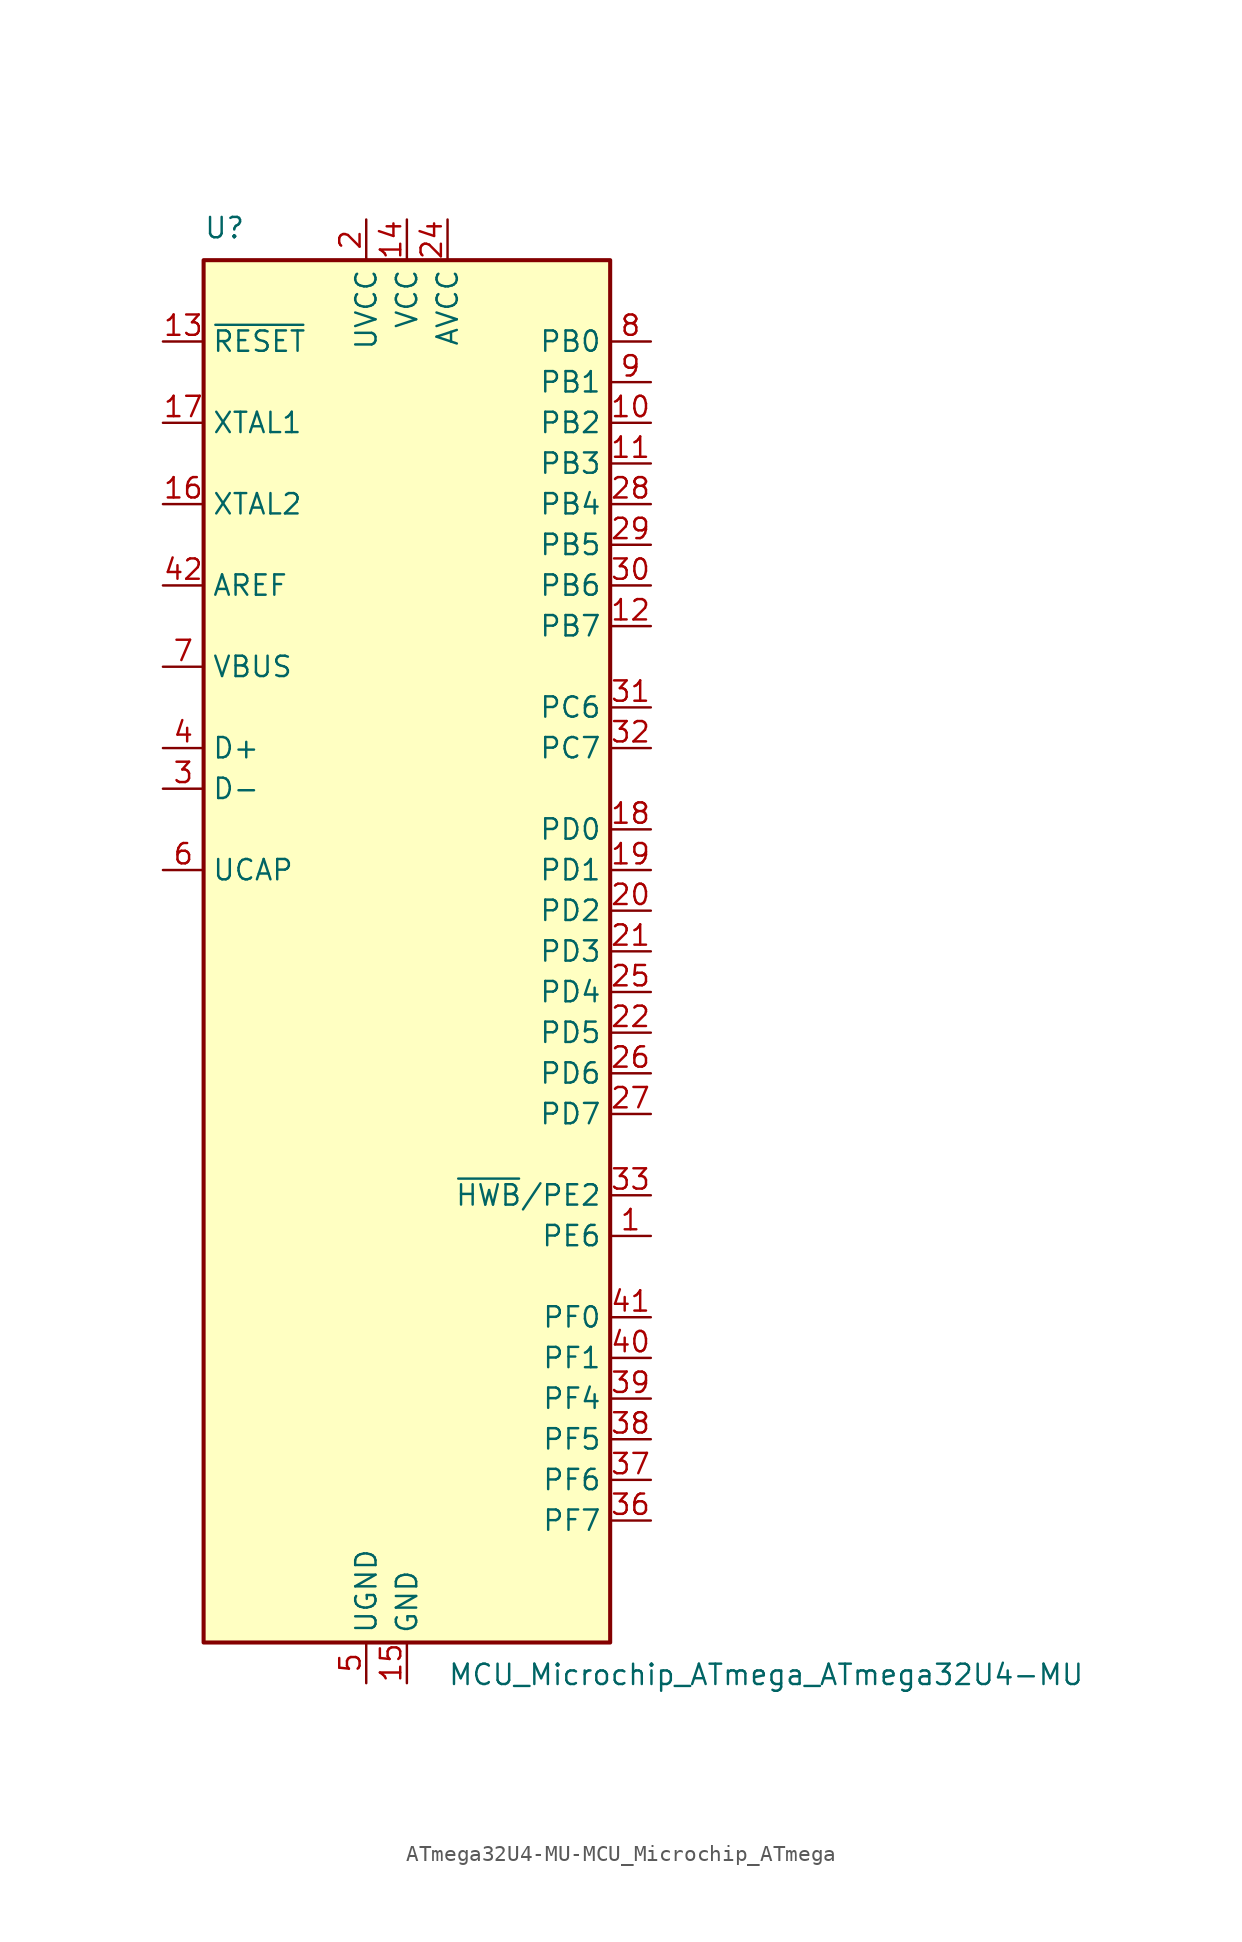
<source format=kicad_sym>
(kicad_symbol_lib
  (version 20220914)
  (generator kicad_symbol_editor)
  (symbol "ATmega32U4-MU-MCU_Microchip_ATmega"
    (property "Reference" "U"
      (at -12.7 44.45 0)
      (effects (font (size 1.27 1.27)) (justify left bottom)))
    (property "Value" "MCU_Microchip_ATmega_ATmega32U4-MU"
      (at 2.54 -44.45 0)
      (effects (font (size 1.27 1.27)) (justify left top)))
    (symbol "ATmega32U4-MU-MCU_Microchip_ATmega_0_1"
      (rectangle (start -12.7 -43.18) (end 12.7 43.18) (stroke (width 0.254) (type solid)) (fill (type background))))
    (symbol "ATmega32U4-MU-MCU_Microchip_ATmega_1_1"
      (pin bidirectional line (at 15.24 -17.78 180) (length 2.54) (name "PE6" (effects (font (size 1.27 1.27)))) (number "1" (effects (font (size 1.27 1.27)))))
      (pin bidirectional line (at 15.24 33.02 180) (length 2.54) (name "PB2" (effects (font (size 1.27 1.27)))) (number "10" (effects (font (size 1.27 1.27)))))
      (pin bidirectional line (at 15.24 30.48 180) (length 2.54) (name "PB3" (effects (font (size 1.27 1.27)))) (number "11" (effects (font (size 1.27 1.27)))))
      (pin bidirectional line (at 15.24 20.32 180) (length 2.54) (name "PB7" (effects (font (size 1.27 1.27)))) (number "12" (effects (font (size 1.27 1.27)))))
      (pin input line (at -15.24 38.1 0) (length 2.54) (name "~{RESET}" (effects (font (size 1.27 1.27)))) (number "13" (effects (font (size 1.27 1.27)))))
      (pin power_in line (at 0 45.72 270) (length 2.54) (name "VCC" (effects (font (size 1.27 1.27)))) (number "14" (effects (font (size 1.27 1.27)))))
      (pin power_in line (at 0 -45.72 90) (length 2.54) (name "GND" (effects (font (size 1.27 1.27)))) (number "15" (effects (font (size 1.27 1.27)))))
      (pin output line (at -15.24 27.94 0) (length 2.54) (name "XTAL2" (effects (font (size 1.27 1.27)))) (number "16" (effects (font (size 1.27 1.27)))))
      (pin input line (at -15.24 33.02 0) (length 2.54) (name "XTAL1" (effects (font (size 1.27 1.27)))) (number "17" (effects (font (size 1.27 1.27)))))
      (pin bidirectional line (at 15.24 7.62 180) (length 2.54) (name "PD0" (effects (font (size 1.27 1.27)))) (number "18" (effects (font (size 1.27 1.27)))))
      (pin bidirectional line (at 15.24 5.08 180) (length 2.54) (name "PD1" (effects (font (size 1.27 1.27)))) (number "19" (effects (font (size 1.27 1.27)))))
      (pin power_in line (at -2.54 45.72 270) (length 2.54) (name "UVCC" (effects (font (size 1.27 1.27)))) (number "2" (effects (font (size 1.27 1.27)))))
      (pin bidirectional line (at 15.24 2.54 180) (length 2.54) (name "PD2" (effects (font (size 1.27 1.27)))) (number "20" (effects (font (size 1.27 1.27)))))
      (pin bidirectional line (at 15.24 0 180) (length 2.54) (name "PD3" (effects (font (size 1.27 1.27)))) (number "21" (effects (font (size 1.27 1.27)))))
      (pin bidirectional line (at 15.24 -5.08 180) (length 2.54) (name "PD5" (effects (font (size 1.27 1.27)))) (number "22" (effects (font (size 1.27 1.27)))))
      (pin passive line (at 0 -45.72 90) (length 2.54) hide (name "GND" (effects (font (size 1.27 1.27)))) (number "23" (effects (font (size 1.27 1.27)))))
      (pin power_in line (at 2.54 45.72 270) (length 2.54) (name "AVCC" (effects (font (size 1.27 1.27)))) (number "24" (effects (font (size 1.27 1.27)))))
      (pin bidirectional line (at 15.24 -2.54 180) (length 2.54) (name "PD4" (effects (font (size 1.27 1.27)))) (number "25" (effects (font (size 1.27 1.27)))))
      (pin bidirectional line (at 15.24 -7.62 180) (length 2.54) (name "PD6" (effects (font (size 1.27 1.27)))) (number "26" (effects (font (size 1.27 1.27)))))
      (pin bidirectional line (at 15.24 -10.16 180) (length 2.54) (name "PD7" (effects (font (size 1.27 1.27)))) (number "27" (effects (font (size 1.27 1.27)))))
      (pin bidirectional line (at 15.24 27.94 180) (length 2.54) (name "PB4" (effects (font (size 1.27 1.27)))) (number "28" (effects (font (size 1.27 1.27)))))
      (pin bidirectional line (at 15.24 25.4 180) (length 2.54) (name "PB5" (effects (font (size 1.27 1.27)))) (number "29" (effects (font (size 1.27 1.27)))))
      (pin bidirectional line (at -15.24 10.16 0) (length 2.54) (name "D-" (effects (font (size 1.27 1.27)))) (number "3" (effects (font (size 1.27 1.27)))))
      (pin bidirectional line (at 15.24 22.86 180) (length 2.54) (name "PB6" (effects (font (size 1.27 1.27)))) (number "30" (effects (font (size 1.27 1.27)))))
      (pin bidirectional line (at 15.24 15.24 180) (length 2.54) (name "PC6" (effects (font (size 1.27 1.27)))) (number "31" (effects (font (size 1.27 1.27)))))
      (pin bidirectional line (at 15.24 12.7 180) (length 2.54) (name "PC7" (effects (font (size 1.27 1.27)))) (number "32" (effects (font (size 1.27 1.27)))))
      (pin bidirectional line (at 15.24 -15.24 180) (length 2.54) (name "~{HWB}/PE2" (effects (font (size 1.27 1.27)))) (number "33" (effects (font (size 1.27 1.27)))))
      (pin passive line (at 0 45.72 270) (length 2.54) hide (name "VCC" (effects (font (size 1.27 1.27)))) (number "34" (effects (font (size 1.27 1.27)))))
      (pin passive line (at 0 -45.72 90) (length 2.54) hide (name "GND" (effects (font (size 1.27 1.27)))) (number "35" (effects (font (size 1.27 1.27)))))
      (pin bidirectional line (at 15.24 -35.56 180) (length 2.54) (name "PF7" (effects (font (size 1.27 1.27)))) (number "36" (effects (font (size 1.27 1.27)))))
      (pin bidirectional line (at 15.24 -33.02 180) (length 2.54) (name "PF6" (effects (font (size 1.27 1.27)))) (number "37" (effects (font (size 1.27 1.27)))))
      (pin bidirectional line (at 15.24 -30.48 180) (length 2.54) (name "PF5" (effects (font (size 1.27 1.27)))) (number "38" (effects (font (size 1.27 1.27)))))
      (pin bidirectional line (at 15.24 -27.94 180) (length 2.54) (name "PF4" (effects (font (size 1.27 1.27)))) (number "39" (effects (font (size 1.27 1.27)))))
      (pin bidirectional line (at -15.24 12.7 0) (length 2.54) (name "D+" (effects (font (size 1.27 1.27)))) (number "4" (effects (font (size 1.27 1.27)))))
      (pin bidirectional line (at 15.24 -25.4 180) (length 2.54) (name "PF1" (effects (font (size 1.27 1.27)))) (number "40" (effects (font (size 1.27 1.27)))))
      (pin bidirectional line (at 15.24 -22.86 180) (length 2.54) (name "PF0" (effects (font (size 1.27 1.27)))) (number "41" (effects (font (size 1.27 1.27)))))
      (pin passive line (at -15.24 22.86 0) (length 2.54) (name "AREF" (effects (font (size 1.27 1.27)))) (number "42" (effects (font (size 1.27 1.27)))))
      (pin passive line (at 0 -45.72 90) (length 2.54) hide (name "GND" (effects (font (size 1.27 1.27)))) (number "43" (effects (font (size 1.27 1.27)))))
      (pin passive line (at 2.54 45.72 270) (length 2.54) hide (name "AVCC" (effects (font (size 1.27 1.27)))) (number "44" (effects (font (size 1.27 1.27)))))
      (pin passive line (at 0 -45.72 90) (length 2.54) hide (name "GND" (effects (font (size 1.27 1.27)))) (number "45" (effects (font (size 1.27 1.27)))))
      (pin passive line (at -2.54 -45.72 90) (length 2.54) (name "UGND" (effects (font (size 1.27 1.27)))) (number "5" (effects (font (size 1.27 1.27)))))
      (pin passive line (at -15.24 5.08 0) (length 2.54) (name "UCAP" (effects (font (size 1.27 1.27)))) (number "6" (effects (font (size 1.27 1.27)))))
      (pin input line (at -15.24 17.78 0) (length 2.54) (name "VBUS" (effects (font (size 1.27 1.27)))) (number "7" (effects (font (size 1.27 1.27)))))
      (pin bidirectional line (at 15.24 38.1 180) (length 2.54) (name "PB0" (effects (font (size 1.27 1.27)))) (number "8" (effects (font (size 1.27 1.27)))))
      (pin bidirectional line (at 15.24 35.56 180) (length 2.54) (name "PB1" (effects (font (size 1.27 1.27)))) (number "9" (effects (font (size 1.27 1.27))))))))
</source>
